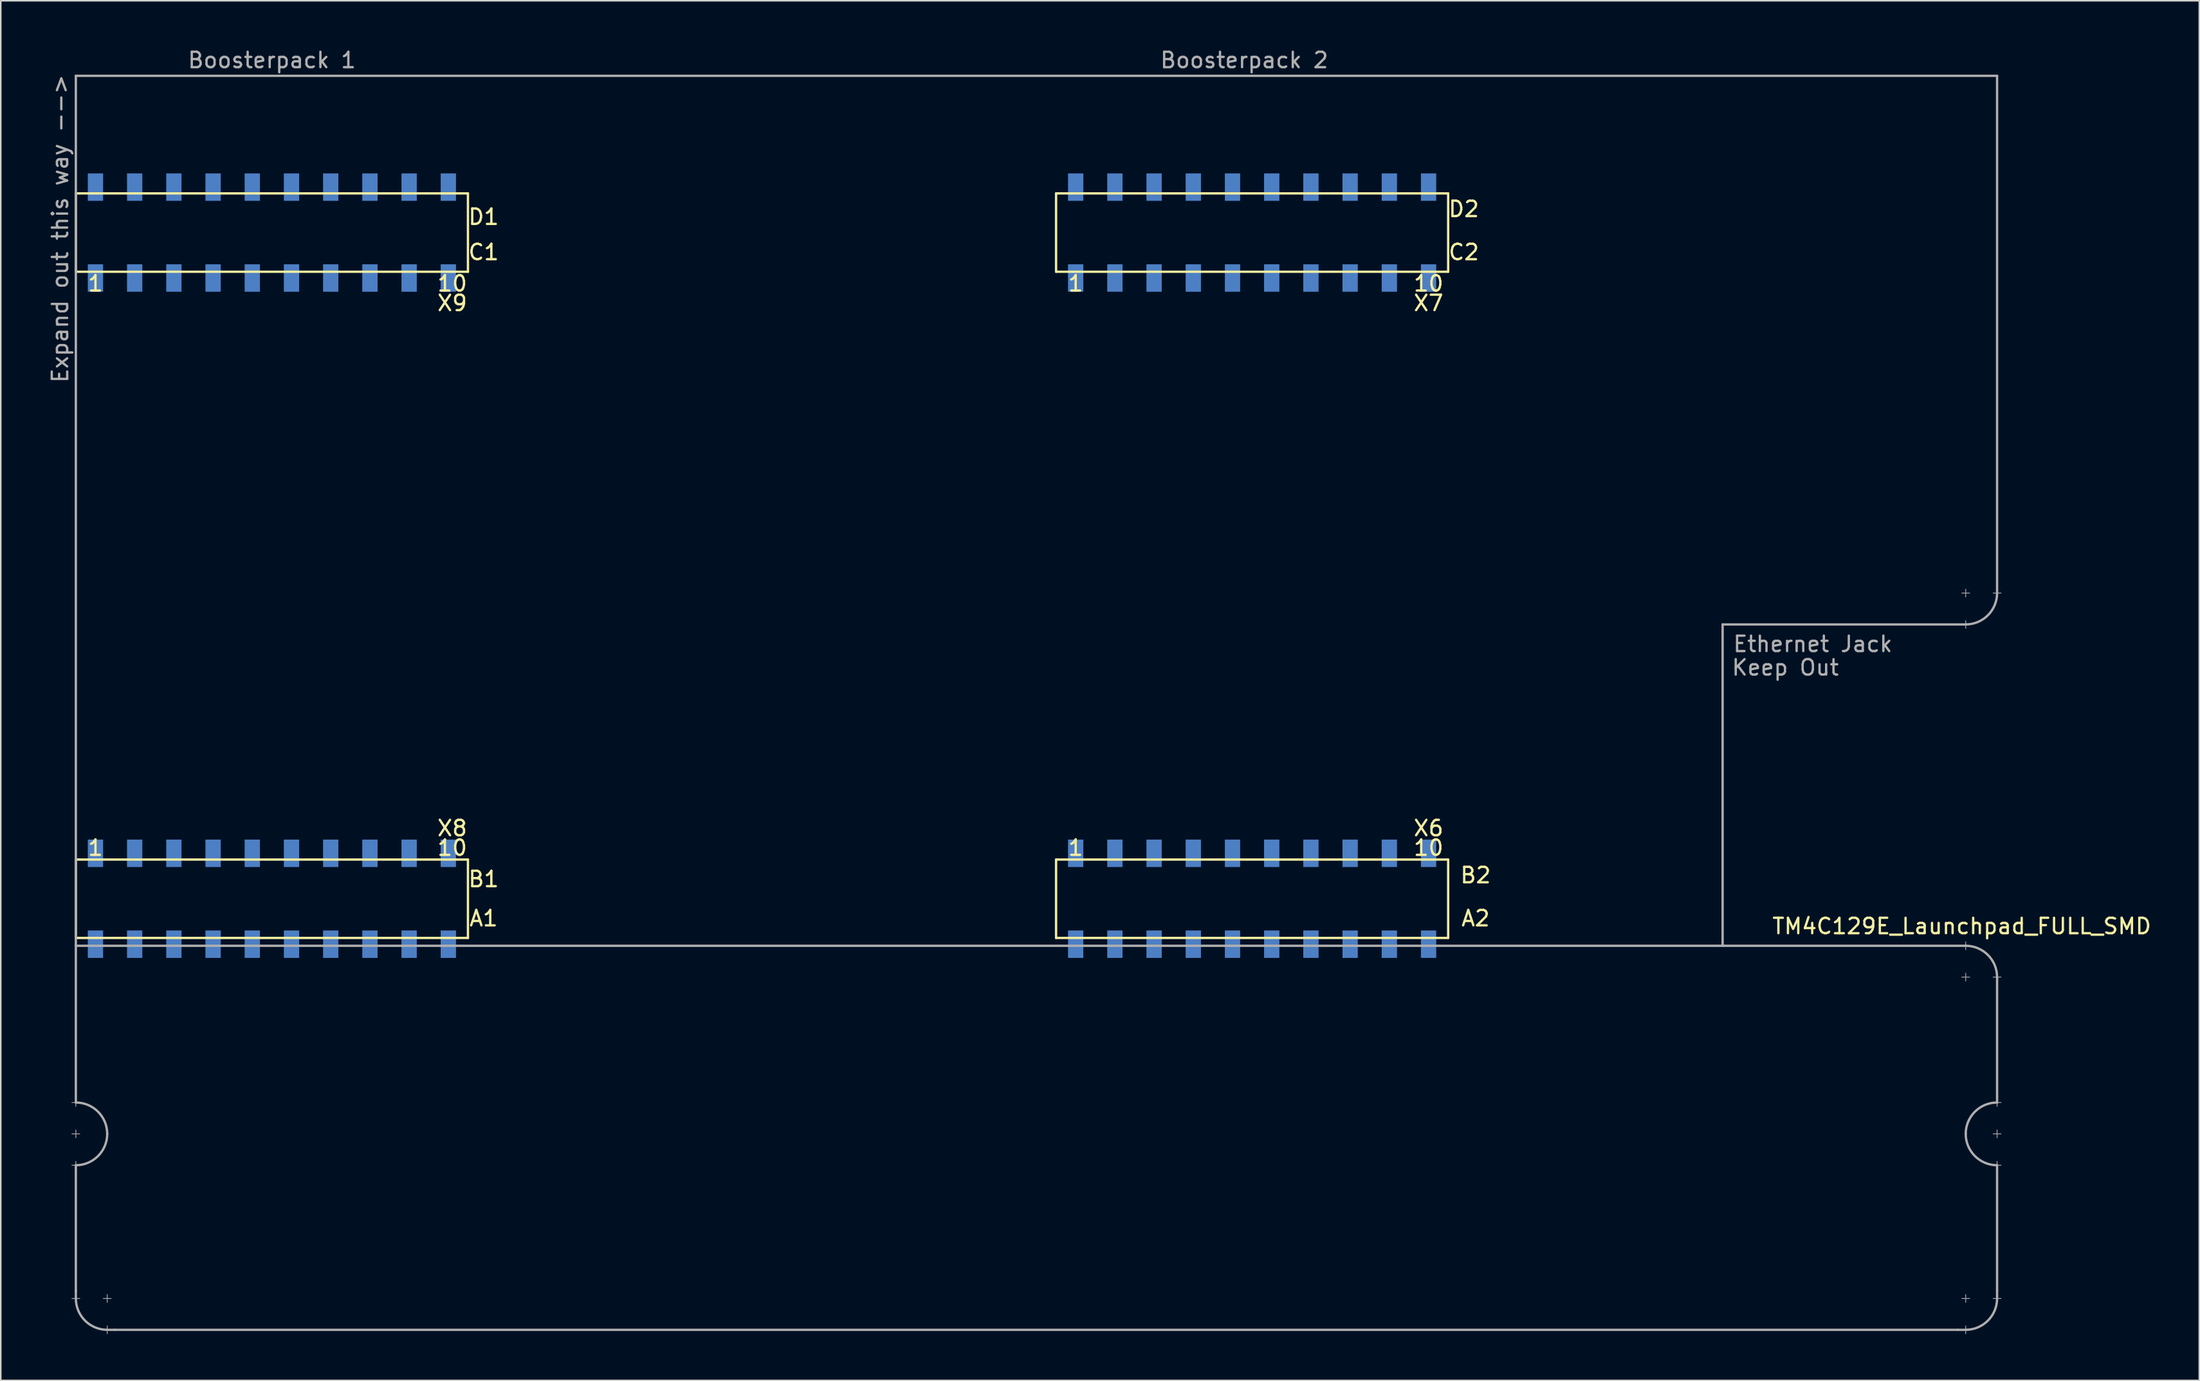
<source format=kicad_pcb>
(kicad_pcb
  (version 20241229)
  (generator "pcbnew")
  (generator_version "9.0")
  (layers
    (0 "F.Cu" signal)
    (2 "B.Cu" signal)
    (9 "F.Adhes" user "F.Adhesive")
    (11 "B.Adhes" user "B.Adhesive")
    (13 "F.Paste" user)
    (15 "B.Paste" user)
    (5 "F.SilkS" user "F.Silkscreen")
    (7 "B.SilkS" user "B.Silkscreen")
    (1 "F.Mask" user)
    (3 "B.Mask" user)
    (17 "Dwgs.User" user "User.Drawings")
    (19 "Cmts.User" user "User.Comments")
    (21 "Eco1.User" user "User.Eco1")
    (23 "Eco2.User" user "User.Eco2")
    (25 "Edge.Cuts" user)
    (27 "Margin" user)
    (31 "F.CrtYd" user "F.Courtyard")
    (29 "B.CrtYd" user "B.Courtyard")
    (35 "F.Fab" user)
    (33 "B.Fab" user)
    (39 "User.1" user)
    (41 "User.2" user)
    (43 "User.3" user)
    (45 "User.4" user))
  (footprint "TM4C129E_Launchpad_FULL_SMD"
    (layer "F.Cu")
    (at 1.864 57.744)
    (property "Reference" "TM4C129E_Launchpad_FULL_SMD" (at 122.174 -0.762 180) (layer "F.SilkS") (effects (font (size 1 1) (thickness 0.15))))
    (attr through_hole)
    (fp_line (start 0 -48.26) (end 0 -43.18) (stroke (width 0.15) (type solid)) (layer "F.SilkS"))
    (fp_line (start 0 -43.18) (end 25.4 -43.18) (stroke (width 0.15) (type solid)) (layer "F.SilkS"))
    (fp_line (start 0 -5.08) (end 0 0) (stroke (width 0.15) (type solid)) (layer "F.SilkS"))
    (fp_line (start 0 0) (end 25.4 0) (stroke (width 0.15) (type solid)) (layer "F.SilkS"))
    (fp_line (start 25.4 -48.26) (end 0 -48.26) (stroke (width 0.15) (type solid)) (layer "F.SilkS"))
    (fp_line (start 25.4 -43.18) (end 25.4 -48.26) (stroke (width 0.15) (type solid)) (layer "F.SilkS"))
    (fp_line (start 25.4 -5.08) (end 0 -5.08) (stroke (width 0.15) (type solid)) (layer "F.SilkS"))
    (fp_line (start 25.4 0) (end 25.4 -5.08) (stroke (width 0.15) (type solid)) (layer "F.SilkS"))
    (fp_line (start 63.5 -48.26) (end 63.5 -43.18) (stroke (width 0.15) (type solid)) (layer "F.SilkS"))
    (fp_line (start 63.5 -43.18) (end 88.9 -43.18) (stroke (width 0.15) (type solid)) (layer "F.SilkS"))
    (fp_line (start 63.5 -5.08) (end 63.5 0) (stroke (width 0.15) (type solid)) (layer "F.SilkS"))
    (fp_line (start 63.5 0) (end 88.9 0) (stroke (width 0.15) (type solid)) (layer "F.SilkS"))
    (fp_line (start 88.9 -48.26) (end 63.5 -48.26) (stroke (width 0.15) (type solid)) (layer "F.SilkS"))
    (fp_line (start 88.9 -43.18) (end 88.9 -48.26) (stroke (width 0.15) (type solid)) (layer "F.SilkS"))
    (fp_line (start 88.9 -5.08) (end 63.5 -5.08) (stroke (width 0.15) (type solid)) (layer "F.SilkS"))
    (fp_line (start 88.9 0) (end 88.9 -5.08) (stroke (width 0.15) (type solid)) (layer "F.SilkS"))
    (fp_line (start -0.254 10.668) (end 0.254 10.668) (stroke (width 0.05) (type solid)) (layer "F.Fab"))
    (fp_line (start -0.254 12.7) (end 0.254 12.7) (stroke (width 0.05) (type solid)) (layer "F.Fab"))
    (fp_line (start -0.254 14.732) (end 0.254 14.732) (stroke (width 0.05) (type solid)) (layer "F.Fab"))
    (fp_line (start 0 -55.88) (end 0 0.508) (stroke (width 0.15) (type solid)) (layer "F.Fab"))
    (fp_line (start 0 -55.88) (end 124.46 -55.88) (stroke (width 0.15) (type solid)) (layer "F.Fab"))
    (fp_line (start 0 0.508) (end 122.428 0.508) (stroke (width 0.15) (type solid)) (layer "F.Fab"))
    (fp_line (start 0 10.414) (end 0 10.922) (stroke (width 0.05) (type solid)) (layer "F.Fab"))
    (fp_line (start 0 10.668) (end 0 0.508) (stroke (width 0.15) (type solid)) (layer "F.Fab"))
    (fp_line (start 0 12.446) (end 0 12.954) (stroke (width 0.05) (type solid)) (layer "F.Fab"))
    (fp_line (start 0 14.478) (end 0 14.986) (stroke (width 0.05) (type solid)) (layer "F.Fab"))
    (fp_line (start 0 22.86) (end 0 14.732) (stroke (width 0.15) (type solid)) (layer "F.Fab"))
    (fp_line (start 0 22.86) (end 0 23.368) (stroke (width 0.15) (type solid)) (layer "F.Fab"))
    (fp_line (start 0.254 23.368) (end -0.254 23.368) (stroke (width 0.05) (type solid)) (layer "F.Fab"))
    (fp_line (start 1.778 23.368) (end 2.286 23.368) (stroke (width 0.05) (type solid)) (layer "F.Fab"))
    (fp_line (start 2.032 23.114) (end 2.032 23.622) (stroke (width 0.05) (type solid)) (layer "F.Fab"))
    (fp_line (start 2.032 25.146) (end 2.032 25.654) (stroke (width 0.05) (type solid)) (layer "F.Fab"))
    (fp_line (start 2.032 25.4) (end 2.54 25.4) (stroke (width 0.15) (type solid)) (layer "F.Fab"))
    (fp_line (start 2.54 25.4) (end 121.92 25.4) (stroke (width 0.15) (type solid)) (layer "F.Fab"))
    (fp_line (start 106.68 -20.32) (end 106.68 0.508) (stroke (width 0.15) (type solid)) (layer "F.Fab"))
    (fp_line (start 121.92 25.4) (end 122.428 25.4) (stroke (width 0.15) (type solid)) (layer "F.Fab"))
    (fp_line (start 122.174 -22.352) (end 122.682 -22.352) (stroke (width 0.05) (type solid)) (layer "F.Fab"))
    (fp_line (start 122.174 2.54) (end 122.682 2.54) (stroke (width 0.05) (type solid)) (layer "F.Fab"))
    (fp_line (start 122.174 23.368) (end 122.682 23.368) (stroke (width 0.05) (type solid)) (layer "F.Fab"))
    (fp_line (start 122.428 -22.606) (end 122.428 -22.098) (stroke (width 0.05) (type solid)) (layer "F.Fab"))
    (fp_line (start 122.428 -20.574) (end 122.428 -20.066) (stroke (width 0.05) (type solid)) (layer "F.Fab"))
    (fp_line (start 122.428 -20.32) (end 106.68 -20.32) (stroke (width 0.15) (type solid)) (layer "F.Fab"))
    (fp_line (start 122.428 0.254) (end 122.428 0.762) (stroke (width 0.05) (type solid)) (layer "F.Fab"))
    (fp_line (start 122.428 2.286) (end 122.428 2.794) (stroke (width 0.05) (type solid)) (layer "F.Fab"))
    (fp_line (start 122.428 23.114) (end 122.428 23.622) (stroke (width 0.05) (type solid)) (layer "F.Fab"))
    (fp_line (start 122.428 25.146) (end 122.428 25.654) (stroke (width 0.05) (type solid)) (layer "F.Fab"))
    (fp_line (start 124.206 -22.352) (end 124.714 -22.352) (stroke (width 0.05) (type solid)) (layer "F.Fab"))
    (fp_line (start 124.206 2.54) (end 124.714 2.54) (stroke (width 0.05) (type solid)) (layer "F.Fab"))
    (fp_line (start 124.206 10.668) (end 124.714 10.668) (stroke (width 0.05) (type solid)) (layer "F.Fab"))
    (fp_line (start 124.206 12.7) (end 124.714 12.7) (stroke (width 0.05) (type solid)) (layer "F.Fab"))
    (fp_line (start 124.206 14.732) (end 124.714 14.732) (stroke (width 0.05) (type solid)) (layer "F.Fab"))
    (fp_line (start 124.206 23.368) (end 124.714 23.368) (stroke (width 0.05) (type solid)) (layer "F.Fab"))
    (fp_line (start 124.46 -55.88) (end 124.46 -22.352) (stroke (width 0.15) (type solid)) (layer "F.Fab"))
    (fp_line (start 124.46 10.414) (end 124.46 10.922) (stroke (width 0.05) (type solid)) (layer "F.Fab"))
    (fp_line (start 124.46 10.668) (end 124.46 2.54) (stroke (width 0.15) (type solid)) (layer "F.Fab"))
    (fp_line (start 124.46 12.446) (end 124.46 12.954) (stroke (width 0.05) (type solid)) (layer "F.Fab"))
    (fp_line (start 124.46 14.478) (end 124.46 14.986) (stroke (width 0.05) (type solid)) (layer "F.Fab"))
    (fp_line (start 124.46 14.732) (end 124.46 22.86) (stroke (width 0.15) (type solid)) (layer "F.Fab"))
    (fp_line (start 124.46 23.343) (end 124.46 22.86) (stroke (width 0.15) (type solid)) (layer "F.Fab"))
    (fp_arc (start 0 10.668) (mid 1.436841 11.263159) (end 2.032 12.7) (stroke (width 0.15) (type solid)) (layer "F.Fab"))
    (fp_arc (start 2.032 12.7) (mid 1.436841 14.136841) (end 0 14.732) (stroke (width 0.15) (type solid)) (layer "F.Fab"))
    (fp_arc (start 2.032 25.4) (mid 0.595159 24.804841) (end 0 23.368) (stroke (width 0.15) (type solid)) (layer "F.Fab"))
    (fp_arc (start 122.428 0.508) (mid 123.864841 1.103159) (end 124.46 2.54) (stroke (width 0.15) (type solid)) (layer "F.Fab"))
    (fp_arc (start 122.428 12.7) (mid 123.023159 11.263159) (end 124.46 10.668) (stroke (width 0.15) (type solid)) (layer "F.Fab"))
    (fp_arc (start 124.46 -22.352) (mid 123.864841 -20.915159) (end 122.428 -20.32) (stroke (width 0.15) (type solid)) (layer "F.Fab"))
    (fp_arc (start 124.46 14.732) (mid 123.023159 14.136841) (end 122.428 12.7) (stroke (width 0.15) (type solid)) (layer "F.Fab"))
    (fp_arc (start 124.46 23.368) (mid 123.864841 24.804841) (end 122.428 25.4) (stroke (width 0.15) (type solid)) (layer "F.Fab"))
    (fp_text user "B1" (at 26.416 -3.81 180) (layer "F.SilkS") (effects (font (size 1 1) (thickness 0.15))))
    (fp_text user "C2" (at 89.916 -44.45 180) (layer "F.SilkS") (effects (font (size 1 1) (thickness 0.15))))
    (fp_text user "10" (at 87.63 -42.418 180) (layer "F.SilkS") (effects (font (size 1 1) (thickness 0.15))))
    (fp_text user "A1" (at 26.416 -1.27 180) (layer "F.SilkS") (effects (font (size 1 1) (thickness 0.15))))
    (fp_text user "X8" (at 24.384 -7.112 180) (layer "F.SilkS") (effects (font (size 1 1) (thickness 0.15))))
    (fp_text user "10" (at 87.63 -5.842 180) (layer "F.SilkS") (effects (font (size 1 1) (thickness 0.15))))
    (fp_text user "1" (at 1.27 -5.842 180) (layer "F.SilkS") (effects (font (size 1 1) (thickness 0.15))))
    (fp_text user "10" (at 24.384 -42.418 180) (layer "F.SilkS") (effects (font (size 1 1) (thickness 0.15))))
    (fp_text user "C1" (at 26.416 -44.45 180) (layer "F.SilkS") (effects (font (size 1 1) (thickness 0.15))))
    (fp_text user "D2" (at 89.916 -47.244 0) (layer "F.SilkS") (effects (font (size 1 1) (thickness 0.15))))
    (fp_text user "10" (at 24.384 -5.842 180) (layer "F.SilkS") (effects (font (size 1 1) (thickness 0.15))))
    (fp_text user "X9" (at 24.384 -41.148 180) (layer "F.SilkS") (effects (font (size 1 1) (thickness 0.15))))
    (fp_text user "A2" (at 90.678 -1.27 180) (layer "F.SilkS") (effects (font (size 1 1) (thickness 0.15))))
    (fp_text user "1" (at 1.27 -42.418 180) (layer "F.SilkS") (effects (font (size 1 1) (thickness 0.15))))
    (fp_text user "D1" (at 26.416 -46.736 180) (layer "F.SilkS") (effects (font (size 1 1) (thickness 0.15))))
    (fp_text user "X7" (at 87.63 -41.148 180) (layer "F.SilkS") (effects (font (size 1 1) (thickness 0.15))))
    (fp_text user "B2" (at 90.678 -4.064 180) (layer "F.SilkS") (effects (font (size 1 1) (thickness 0.15))))
    (fp_text user "1" (at 64.77 -5.842 180) (layer "F.SilkS") (effects (font (size 1 1) (thickness 0.15))))
    (fp_text user "X6" (at 87.63 -7.112 0) (layer "F.SilkS") (effects (font (size 1 1) (thickness 0.15))))
    (fp_text user "1" (at 64.77 -42.418 180) (layer "F.SilkS") (effects (font (size 1 1) (thickness 0.15))))
    (fp_text user "Keep Out" (at 110.744 -17.526 0) (layer "F.Fab") (effects (font (size 1 1) (thickness 0.15))))
    (fp_text user "Boosterpack 1" (at 12.7 -56.896 0) (layer "F.Fab") (effects (font (size 1 1) (thickness 0.15))))
    (fp_text user "Expand out this way -->" (at -1.016 -45.974 90) (layer "F.Fab") (effects (font (size 1 1) (thickness 0.15))))
    (fp_text user "Ethernet Jack" (at 112.522 -19.05 0) (layer "F.Fab") (effects (font (size 1 1) (thickness 0.15))))
    (fp_text user "Boosterpack 2" (at 75.692 -56.896 0) (layer "F.Fab") (effects (font (size 1 1) (thickness 0.15))))
    (pad "+3V3" smd rect (at 1.27 0.406 180) (size 0.991 1.778) (layers "B.Cu" "B.Mask" "B.Paste"))
    (pad "+3V3" smd rect (at 64.77 0.406 180) (size 0.991 1.778) (layers "B.Cu" "B.Mask" "B.Paste"))
    (pad "+5V" smd rect (at 1.27 -5.486 180) (size 0.991 1.778) (layers "B.Cu" "B.Mask" "B.Paste"))
    (pad "+5V" smd rect (at 64.77 -5.486 180) (size 0.991 1.778) (layers "B.Cu" "B.Mask" "B.Paste"))
    (pad "GND" smd rect (at 1.27 -48.666 180) (size 0.991 1.778) (layers "B.Cu" "B.Mask" "B.Paste"))
    (pad "GND" smd rect (at 3.81 -5.486 180) (size 0.991 1.778) (layers "B.Cu" "B.Mask" "B.Paste"))
    (pad "GND" smd rect (at 64.77 -48.666 180) (size 0.991 1.778) (layers "B.Cu" "B.Mask" "B.Paste"))
    (pad "GND" smd rect (at 67.31 -5.486 180) (size 0.991 1.778) (layers "B.Cu" "B.Mask" "B.Paste"))
    (pad "PA4" smd rect (at 85.09 -5.486 180) (size 0.991 1.778) (layers "B.Cu" "B.Mask" "B.Paste"))
    (pad "PA5" smd rect (at 87.63 -5.486 180) (size 0.991 1.778) (layers "B.Cu" "B.Mask" "B.Paste"))
    (pad "PA6" smd rect (at 19.05 -5.486 180) (size 0.991 1.778) (layers "B.Cu" "B.Mask" "B.Paste"))
    (pad "PA7" smd rect (at 72.39 -48.666 180) (size 0.991 1.778) (layers "B.Cu" "B.Mask" "B.Paste"))
    (pad "PB2" smd rect (at 21.59 0.406 180) (size 0.991 1.778) (layers "B.Cu" "B.Mask" "B.Paste"))
    (pad "PB3" smd rect (at 24.13 0.406 180) (size 0.991 1.778) (layers "B.Cu" "B.Mask" "B.Paste"))
    (pad "PB4" smd rect (at 69.85 -5.486 180) (size 0.991 1.778) (layers "B.Cu" "B.Mask" "B.Paste"))
    (pad "PB5" smd rect (at 72.39 -5.486 180) (size 0.991 1.778) (layers "B.Cu" "B.Mask" "B.Paste"))
    (pad "PC4" smd rect (at 6.35 0.406 180) (size 0.991 1.778) (layers "B.Cu" "B.Mask" "B.Paste"))
    (pad "PC5" smd rect (at 8.89 0.406 180) (size 0.991 1.778) (layers "B.Cu" "B.Mask" "B.Paste"))
    (pad "PC6" smd rect (at 11.43 0.406 180) (size 0.991 1.778) (layers "B.Cu" "B.Mask" "B.Paste"))
    (pad "PC7" smd rect (at 19.05 0.406 180) (size 0.991 1.778) (layers "B.Cu" "B.Mask" "B.Paste"))
    (pad "PD0" smd rect (at 16.51 -48.666 180) (size 0.991 1.778) (layers "B.Cu" "B.Mask" "B.Paste"))
    (pad "PD1" smd rect (at 13.97 -48.666 180) (size 0.991 1.778) (layers "B.Cu" "B.Mask" "B.Paste"))
    (pad "PD2" smd rect (at 67.31 0.406 180) (size 0.991 1.778) (layers "B.Cu" "B.Mask" "B.Paste"))
    (pad "PD3" smd rect (at 16.51 0.406 180) (size 0.991 1.778) (layers "B.Cu" "B.Mask" "B.Paste"))
    (pad "PD4" smd rect (at 74.93 0.406 180) (size 0.991 1.778) (layers "B.Cu" "B.Mask" "B.Paste"))
    (pad "PD5" smd rect (at 77.47 0.406 180) (size 0.991 1.778) (layers "B.Cu" "B.Mask" "B.Paste"))
    (pad "PD7" smd rect (at 16.51 -5.486 180) (size 0.991 1.778) (layers "B.Cu" "B.Mask" "B.Paste"))
    (pad "PE0" smd rect (at 6.35 -5.486 180) (size 0.991 1.778) (layers "B.Cu" "B.Mask" "B.Paste"))
    (pad "PE1" smd rect (at 8.89 -5.486 180) (size 0.991 1.778) (layers "B.Cu" "B.Mask" "B.Paste"))
    (pad "PE2" smd rect (at 11.43 -5.486 180) (size 0.991 1.778) (layers "B.Cu" "B.Mask" "B.Paste"))
    (pad "PE3" smd rect (at 13.97 -5.486 180) (size 0.991 1.778) (layers "B.Cu" "B.Mask" "B.Paste"))
    (pad "PE4" smd rect (at 3.81 0.406 180) (size 0.991 1.778) (layers "B.Cu" "B.Mask" "B.Paste"))
    (pad "PE5" smd rect (at 13.97 0.406 180) (size 0.991 1.778) (layers "B.Cu" "B.Mask" "B.Paste"))
    (pad "PF1" smd rect (at 1.27 -42.774 180) (size 0.991 1.778) (layers "B.Cu" "B.Mask" "B.Paste"))
    (pad "PF2" smd rect (at 3.81 -42.774 180) (size 0.991 1.778) (layers "B.Cu" "B.Mask" "B.Paste"))
    (pad "PF3" smd rect (at 6.35 -42.774 180) (size 0.991 1.778) (layers "B.Cu" "B.Mask" "B.Paste"))
    (pad "PG0" smd rect (at 8.89 -42.774 180) (size 0.991 1.778) (layers "B.Cu" "B.Mask" "B.Paste"))
    (pad "PG1" smd rect (at 64.77 -42.774 180) (size 0.991 1.778) (layers "B.Cu" "B.Mask" "B.Paste"))
    (pad "PH0" smd rect (at 80.01 -42.774 180) (size 0.991 1.778) (layers "B.Cu" "B.Mask" "B.Paste"))
    (pad "PH1" smd rect (at 82.55 -42.774 180) (size 0.991 1.778) (layers "B.Cu" "B.Mask" "B.Paste"))
    (pad "PH2" smd rect (at 6.35 -48.666 180) (size 0.991 1.778) (layers "B.Cu" "B.Mask" "B.Paste"))
    (pad "PH3" smd rect (at 8.89 -48.666 180) (size 0.991 1.778) (layers "B.Cu" "B.Mask" "B.Paste"))
    (pad "PK0" smd rect (at 74.93 -5.486 180) (size 0.991 1.778) (layers "B.Cu" "B.Mask" "B.Paste"))
    (pad "PK1" smd rect (at 77.47 -5.486 180) (size 0.991 1.778) (layers "B.Cu" "B.Mask" "B.Paste"))
    (pad "PK2" smd rect (at 80.01 -5.486 180) (size 0.991 1.778) (layers "B.Cu" "B.Mask" "B.Paste"))
    (pad "PK3" smd rect (at 82.55 -5.486 180) (size 0.991 1.778) (layers "B.Cu" "B.Mask" "B.Paste"))
    (pad "PK4" smd rect (at 67.31 -42.774 180) (size 0.991 1.778) (layers "B.Cu" "B.Mask" "B.Paste"))
    (pad "PK5" smd rect (at 69.85 -42.774 180) (size 0.991 1.778) (layers "B.Cu" "B.Mask" "B.Paste"))
    (pad "PK6" smd rect (at 85.09 -42.774 180) (size 0.991 1.778) (layers "B.Cu" "B.Mask" "B.Paste"))
    (pad "PK7" smd rect (at 87.63 -42.774 180) (size 0.991 1.778) (layers "B.Cu" "B.Mask" "B.Paste"))
    (pad "PL0" smd rect (at 16.51 -42.774 180) (size 0.991 1.778) (layers "B.Cu" "B.Mask" "B.Paste"))
    (pad "PL1" smd rect (at 19.05 -42.774 180) (size 0.991 1.778) (layers "B.Cu" "B.Mask" "B.Paste"))
    (pad "PL2" smd rect (at 21.59 -42.774 180) (size 0.991 1.778) (layers "B.Cu" "B.Mask" "B.Paste"))
    (pad "PL3" smd rect (at 24.13 -42.774 180) (size 0.991 1.778) (layers "B.Cu" "B.Mask" "B.Paste"))
    (pad "PL4" smd rect (at 11.43 -42.774 180) (size 0.991 1.778) (layers "B.Cu" "B.Mask" "B.Paste"))
    (pad "PL5" smd rect (at 13.97 -42.774 180) (size 0.991 1.778) (layers "B.Cu" "B.Mask" "B.Paste"))
    (pad "PM0" smd rect (at 72.39 -42.774 180) (size 0.991 1.778) (layers "B.Cu" "B.Mask" "B.Paste"))
    (pad "PM1" smd rect (at 74.93 -42.774 180) (size 0.991 1.778) (layers "B.Cu" "B.Mask" "B.Paste"))
    (pad "PM2" smd rect (at 77.47 -42.774 180) (size 0.991 1.778) (layers "B.Cu" "B.Mask" "B.Paste"))
    (pad "PM3" smd rect (at 3.81 -48.666 180) (size 0.991 1.778) (layers "B.Cu" "B.Mask" "B.Paste"))
    (pad "PM4" smd rect (at 21.59 -5.486 180) (size 0.991 1.778) (layers "B.Cu" "B.Mask" "B.Paste"))
    (pad "PM5" smd rect (at 24.13 -5.486 180) (size 0.991 1.778) (layers "B.Cu" "B.Mask" "B.Paste"))
    (pad "PM6" smd rect (at 87.63 -48.666 180) (size 0.991 1.778) (layers "B.Cu" "B.Mask" "B.Paste"))
    (pad "PM7" smd rect (at 67.31 -48.666 180) (size 0.991 1.778) (layers "B.Cu" "B.Mask" "B.Paste"))
    (pad "PN2" smd rect (at 19.05 -48.666 180) (size 0.991 1.778) (layers "B.Cu" "B.Mask" "B.Paste"))
    (pad "PN3" smd rect (at 21.59 -48.666 180) (size 0.991 1.778) (layers "B.Cu" "B.Mask" "B.Paste"))
    (pad "PN4" smd rect (at 87.63 0.406 180) (size 0.991 1.778) (layers "B.Cu" "B.Mask" "B.Paste"))
    (pad "PN5" smd rect (at 85.09 0.406 180) (size 0.991 1.778) (layers "B.Cu" "B.Mask" "B.Paste"))
    (pad "PP0" smd rect (at 69.85 0.406 180) (size 0.991 1.778) (layers "B.Cu" "B.Mask" "B.Paste"))
    (pad "PP1" smd rect (at 72.39 0.406 180) (size 0.991 1.778) (layers "B.Cu" "B.Mask" "B.Paste"))
    (pad "PP2" smd rect (at 24.13 -48.666 180) (size 0.991 1.778) (layers "B.Cu" "B.Mask" "B.Paste"))
    (pad "PP3" smd rect (at 82.55 -48.666 180) (size 0.991 1.778) (layers "B.Cu" "B.Mask" "B.Paste"))
    (pad "PP4" smd rect (at 82.55 0.406 180) (size 0.991 1.778) (layers "B.Cu" "B.Mask" "B.Paste"))
    (pad "PP5" smd rect (at 69.85 -48.666 180) (size 0.991 1.778) (layers "B.Cu" "B.Mask" "B.Paste"))
    (pad "PQ0" smd rect (at 80.01 0.406 180) (size 0.991 1.778) (layers "B.Cu" "B.Mask" "B.Paste"))
    (pad "PQ1" smd rect (at 85.09 -48.666 180) (size 0.991 1.778) (layers "B.Cu" "B.Mask" "B.Paste"))
    (pad "PQ2" smd rect (at 77.47 -48.666 180) (size 0.991 1.778) (layers "B.Cu" "B.Mask" "B.Paste"))
    (pad "PQ3" smd rect (at 80.01 -48.666 180) (size 0.991 1.778) (layers "B.Cu" "B.Mask" "B.Paste"))
    (pad "Rese" smd rect (at 11.43 -48.666 180) (size 0.991 1.778) (layers "B.Cu" "B.Mask" "B.Paste"))
    (pad "Rese" smd rect (at 74.93 -48.666 180) (size 0.991 1.778) (layers "B.Cu" "B.Mask" "B.Paste")))
  (gr_rect
    (start -3 -3)
    (end 139.425 86.423)
    (stroke (width 0.1) (type default))
    (fill no)
    (layer "Edge.Cuts")))
</source>
